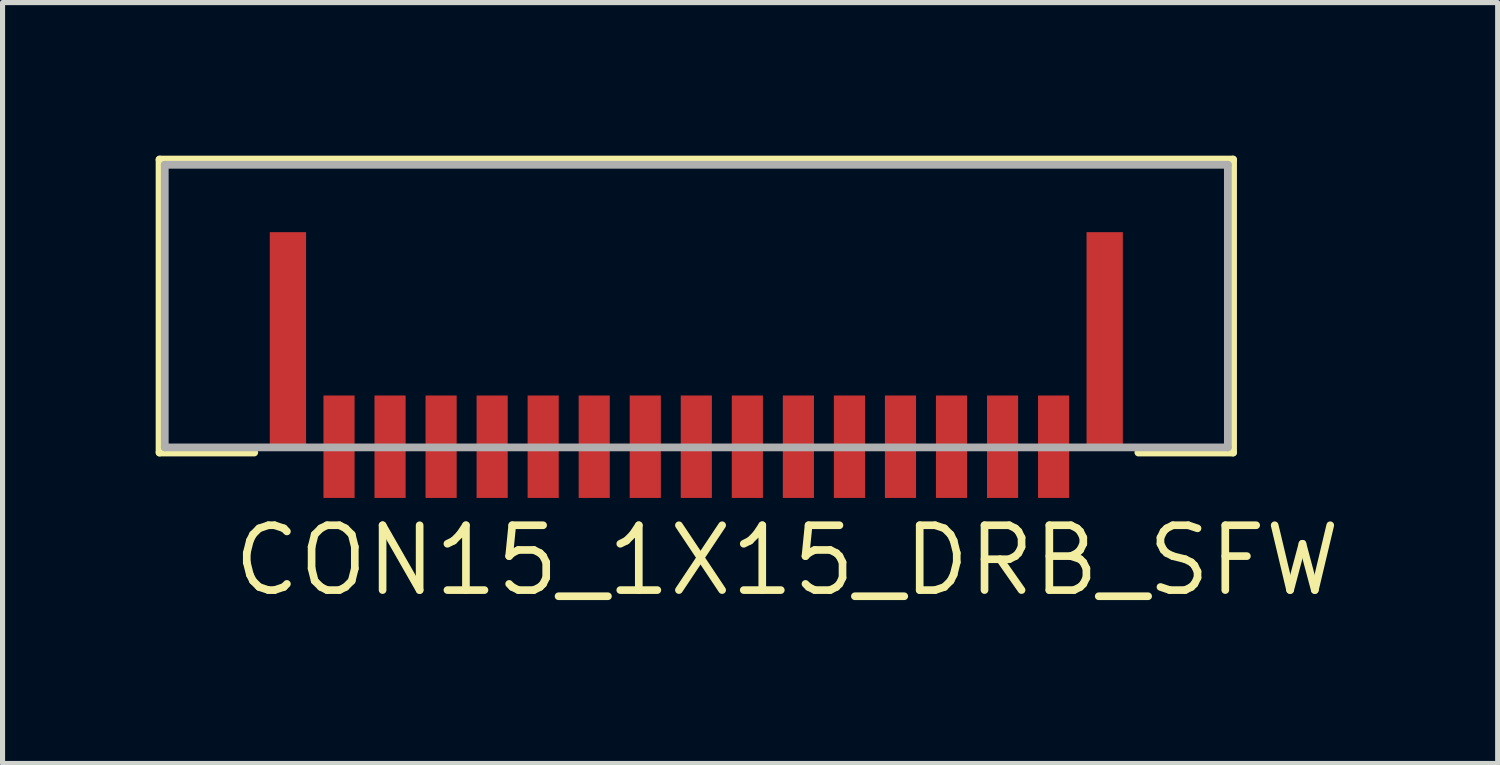
<source format=kicad_pcb>
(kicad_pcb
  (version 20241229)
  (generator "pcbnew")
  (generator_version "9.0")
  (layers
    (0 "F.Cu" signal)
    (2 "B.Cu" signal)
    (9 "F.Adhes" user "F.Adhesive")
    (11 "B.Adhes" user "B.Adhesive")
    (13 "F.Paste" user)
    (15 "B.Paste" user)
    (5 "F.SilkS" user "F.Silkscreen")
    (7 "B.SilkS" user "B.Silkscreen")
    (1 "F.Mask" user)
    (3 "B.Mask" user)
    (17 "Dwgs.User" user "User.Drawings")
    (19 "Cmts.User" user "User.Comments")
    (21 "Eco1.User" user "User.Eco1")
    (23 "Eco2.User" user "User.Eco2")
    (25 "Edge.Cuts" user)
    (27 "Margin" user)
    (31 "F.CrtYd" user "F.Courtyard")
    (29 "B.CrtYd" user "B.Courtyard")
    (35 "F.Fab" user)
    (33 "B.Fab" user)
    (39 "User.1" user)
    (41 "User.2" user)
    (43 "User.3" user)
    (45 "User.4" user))
  (footprint "CON15_1X15_DRB_SFW"
    (layer "F.Cu")
    (at 10.592 8.458)
    (property "Reference" "CON15_1X15_DRB_SFW" (at 12.7 -1.27 0) (layer "F.SilkS") (effects (font (size 1.27 1.27) (thickness 0.15)) (justify right top)))
    (attr through_hole)
    (fp_line (start -10.516 -8.382) (end -10.516 -2.642) (stroke (width 0.152) (type solid)) (layer "F.SilkS"))
    (fp_line (start -10.516 -2.642) (end -8.661 -2.642) (stroke (width 0.152) (type solid)) (layer "F.SilkS"))
    (fp_line (start 8.661 -2.642) (end 10.516 -2.642) (stroke (width 0.152) (type solid)) (layer "F.SilkS"))
    (fp_line (start 10.516 -8.382) (end -10.516 -8.382) (stroke (width 0.152) (type solid)) (layer "F.SilkS"))
    (fp_line (start 10.516 -2.642) (end 10.516 -8.382) (stroke (width 0.152) (type solid)) (layer "F.SilkS"))
    (fp_line (start -10.414 -8.28) (end -10.414 -2.743) (stroke (width 0.152) (type solid)) (layer "F.Fab"))
    (fp_line (start -10.414 -2.743) (end 10.414 -2.743) (stroke (width 0.152) (type solid)) (layer "F.Fab"))
    (fp_line (start 10.414 -8.28) (end -10.414 -8.28) (stroke (width 0.152) (type solid)) (layer "F.Fab"))
    (fp_line (start 10.414 -2.743) (end 10.414 -8.28) (stroke (width 0.152) (type solid)) (layer "F.Fab"))
    (pad "1" smd rect (at -7 -2.756 270) (size 2.007 0.61) (layers "F.Cu" "F.Mask" "F.Paste"))
    (pad "2" smd rect (at -6 -2.756 270) (size 2.007 0.61) (layers "F.Cu" "F.Mask" "F.Paste"))
    (pad "3" smd rect (at -5 -2.756 270) (size 2.007 0.61) (layers "F.Cu" "F.Mask" "F.Paste"))
    (pad "4" smd rect (at -4 -2.756 270) (size 2.007 0.61) (layers "F.Cu" "F.Mask" "F.Paste"))
    (pad "5" smd rect (at -3 -2.756 270) (size 2.007 0.61) (layers "F.Cu" "F.Mask" "F.Paste"))
    (pad "6" smd rect (at -2 -2.756 270) (size 2.007 0.61) (layers "F.Cu" "F.Mask" "F.Paste"))
    (pad "7" smd rect (at -1 -2.756 270) (size 2.007 0.61) (layers "F.Cu" "F.Mask" "F.Paste"))
    (pad "8" smd rect (at 0 -2.756 270) (size 2.007 0.61) (layers "F.Cu" "F.Mask" "F.Paste"))
    (pad "9" smd rect (at 1 -2.756 270) (size 2.007 0.61) (layers "F.Cu" "F.Mask" "F.Paste"))
    (pad "10" smd rect (at 2 -2.756 270) (size 2.007 0.61) (layers "F.Cu" "F.Mask" "F.Paste"))
    (pad "11" smd rect (at 3 -2.756 270) (size 2.007 0.61) (layers "F.Cu" "F.Mask" "F.Paste"))
    (pad "12" smd rect (at 4 -2.756 270) (size 2.007 0.61) (layers "F.Cu" "F.Mask" "F.Paste"))
    (pad "13" smd rect (at 5 -2.756 270) (size 2.007 0.61) (layers "F.Cu" "F.Mask" "F.Paste"))
    (pad "14" smd rect (at 6 -2.756 270) (size 2.007 0.61) (layers "F.Cu" "F.Mask" "F.Paste"))
    (pad "15" smd rect (at 7 -2.756 270) (size 2.007 0.61) (layers "F.Cu" "F.Mask" "F.Paste"))
    (pad "16" smd rect (at -8.001 -4.864) (size 0.711 4.191) (layers "F.Cu" "F.Mask" "F.Paste"))
    (pad "17" smd rect (at 8.001 -4.864) (size 0.711 4.191) (layers "F.Cu" "F.Mask" "F.Paste")))
  (gr_rect
    (start -3 -3)
    (end 26.292 11.908)
    (stroke (width 0.1) (type default))
    (fill no)
    (layer "Edge.Cuts")))
</source>
